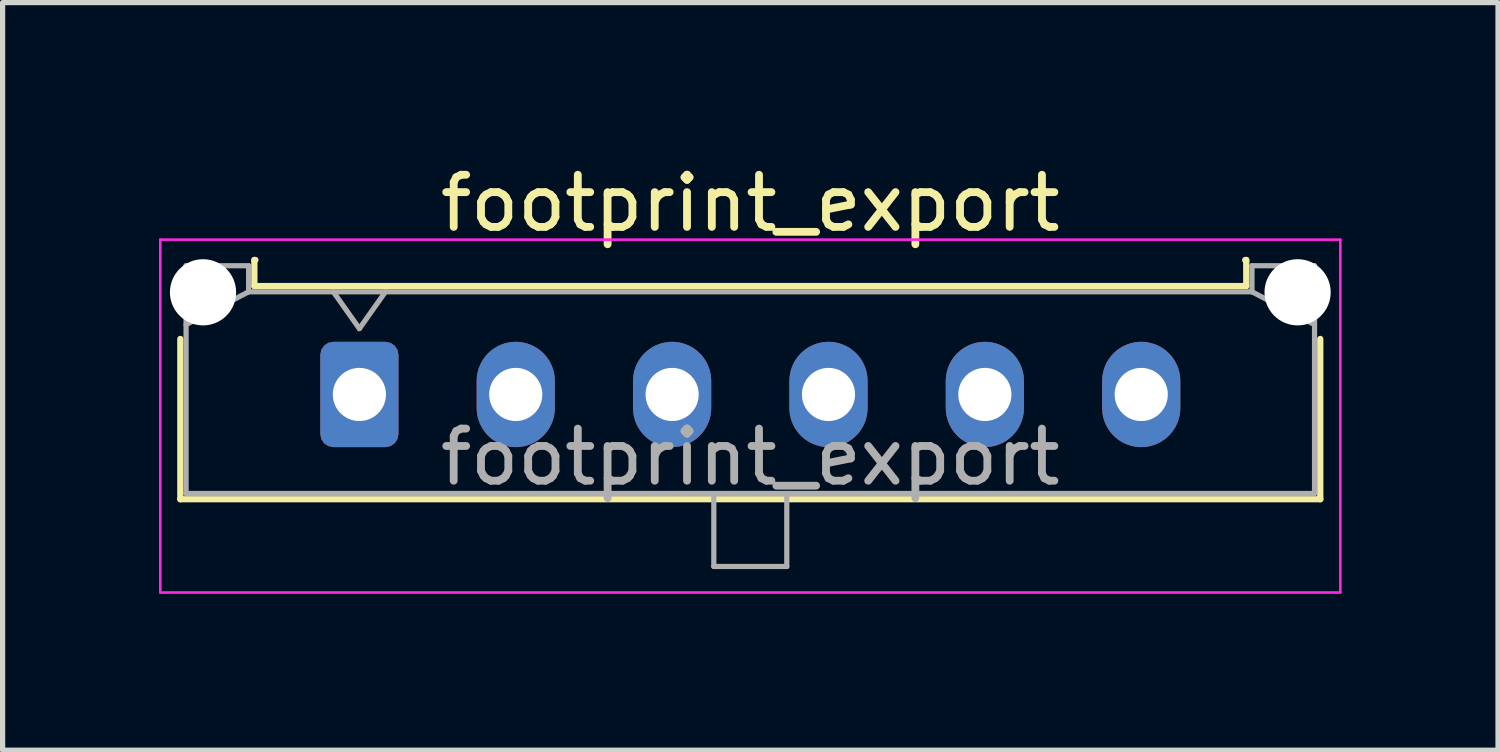
<source format=kicad_pcb>
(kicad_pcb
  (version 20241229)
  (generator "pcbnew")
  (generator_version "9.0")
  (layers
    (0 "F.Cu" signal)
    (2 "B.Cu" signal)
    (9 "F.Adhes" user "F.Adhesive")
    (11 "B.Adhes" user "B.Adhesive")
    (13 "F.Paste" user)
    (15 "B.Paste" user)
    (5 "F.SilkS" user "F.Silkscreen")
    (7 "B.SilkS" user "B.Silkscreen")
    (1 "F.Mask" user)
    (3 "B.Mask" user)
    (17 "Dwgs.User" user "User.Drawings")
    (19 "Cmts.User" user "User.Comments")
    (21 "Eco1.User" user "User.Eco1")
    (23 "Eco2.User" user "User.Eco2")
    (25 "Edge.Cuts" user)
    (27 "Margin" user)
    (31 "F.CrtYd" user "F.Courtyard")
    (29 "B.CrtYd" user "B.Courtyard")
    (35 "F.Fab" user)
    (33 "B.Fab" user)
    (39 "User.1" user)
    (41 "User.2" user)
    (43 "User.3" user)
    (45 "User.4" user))
  (footprint "footprint_export"
    (layer "F.Cu")
    (at 3.845 4.518)
    (property "Reference" "footprint_export" (at 7.5 -3.67 0) (layer "F.SilkS") (effects (font (size 1 1) (thickness 0.15))))
    (attr through_hole)
    (fp_line (start -3.435 -1.065) (end -3.435 2.01) (stroke (width 0.12) (type solid)) (layer "F.SilkS"))
    (fp_line (start -3.435 2.01) (end 18.435 2.01) (stroke (width 0.12) (type solid)) (layer "F.SilkS"))
    (fp_line (start -2.015 -2.58) (end -2.015 -2.08) (stroke (width 0.12) (type solid)) (layer "F.SilkS"))
    (fp_line (start -2.015 -2.08) (end 17.015 -2.08) (stroke (width 0.12) (type solid)) (layer "F.SilkS"))
    (fp_line (start -1.995 -2.58) (end -2.015 -2.58) (stroke (width 0.12) (type solid)) (layer "F.SilkS"))
    (fp_line (start 17.015 -2.58) (end 16.995 -2.58) (stroke (width 0.12) (type solid)) (layer "F.SilkS"))
    (fp_line (start 17.015 -2.08) (end 17.015 -2.58) (stroke (width 0.12) (type solid)) (layer "F.SilkS"))
    (fp_line (start 18.435 2.01) (end 18.435 -1.065) (stroke (width 0.12) (type solid)) (layer "F.SilkS"))
    (fp_line (start -3.82 -2.97) (end 18.82 -2.97) (stroke (width 0.05) (type solid)) (layer "F.CrtYd"))
    (fp_line (start -3.82 3.8) (end -3.82 -2.97) (stroke (width 0.05) (type solid)) (layer "F.CrtYd"))
    (fp_line (start 18.82 -2.97) (end 18.82 3.8) (stroke (width 0.05) (type solid)) (layer "F.CrtYd"))
    (fp_line (start 18.82 3.8) (end -3.82 3.8) (stroke (width 0.05) (type solid)) (layer "F.CrtYd"))
    (fp_line (start -3.325 -2.47) (end -3.325 1.9) (stroke (width 0.1) (type solid)) (layer "F.Fab"))
    (fp_line (start -3.325 -1.34) (end -2.125 -1.97) (stroke (width 0.1) (type solid)) (layer "F.Fab"))
    (fp_line (start -3.325 1.9) (end 18.325 1.9) (stroke (width 0.1) (type solid)) (layer "F.Fab"))
    (fp_line (start -2.125 -2.47) (end -3.325 -2.47) (stroke (width 0.1) (type solid)) (layer "F.Fab"))
    (fp_line (start -2.125 -1.97) (end -2.125 -2.47) (stroke (width 0.1) (type solid)) (layer "F.Fab"))
    (fp_line (start -0.5 -1.97) (end 0 -1.263) (stroke (width 0.1) (type solid)) (layer "F.Fab"))
    (fp_line (start 0 -1.263) (end 0.5 -1.97) (stroke (width 0.1) (type solid)) (layer "F.Fab"))
    (fp_line (start 6.8 1.9) (end 6.8 3.3) (stroke (width 0.1) (type solid)) (layer "F.Fab"))
    (fp_line (start 6.8 3.3) (end 8.2 3.3) (stroke (width 0.1) (type solid)) (layer "F.Fab"))
    (fp_line (start 8.2 3.3) (end 8.2 1.9) (stroke (width 0.1) (type solid)) (layer "F.Fab"))
    (fp_line (start 17.125 -2.47) (end 17.125 -1.97) (stroke (width 0.1) (type solid)) (layer "F.Fab"))
    (fp_line (start 17.125 -1.97) (end -2.125 -1.97) (stroke (width 0.1) (type solid)) (layer "F.Fab"))
    (fp_line (start 18.325 -2.47) (end 17.125 -2.47) (stroke (width 0.1) (type solid)) (layer "F.Fab"))
    (fp_line (start 18.325 -1.34) (end 17.125 -1.97) (stroke (width 0.1) (type solid)) (layer "F.Fab"))
    (fp_line (start 18.325 1.9) (end 18.325 -2.47) (stroke (width 0.1) (type solid)) (layer "F.Fab"))
    (fp_text user "${REFERENCE}" (at 7.5 1.2 0) (layer "F.Fab") (effects (font (size 1 1) (thickness 0.15))))
    (pad "" np_thru_hole circle (at -3 -1.96) (size 1.27 1.27) (drill 1.27) (layers "*.Cu" "*.Mask"))
    (pad "" np_thru_hole circle (at 18 -1.96) (size 1.27 1.27) (drill 1.27) (layers "*.Cu" "*.Mask"))
    (pad "1" thru_hole roundrect (at 0 0) (size 1.5 2.02) (drill 1.02) (layers "*.Cu" "*.Mask") (roundrect_rratio 0.167))
    (pad "2" thru_hole oval (at 3 0) (size 1.5 2.02) (drill 1.02) (layers "*.Cu" "*.Mask"))
    (pad "3" thru_hole oval (at 6 0) (size 1.5 2.02) (drill 1.02) (layers "*.Cu" "*.Mask"))
    (pad "4" thru_hole oval (at 9 0) (size 1.5 2.02) (drill 1.02) (layers "*.Cu" "*.Mask"))
    (pad "5" thru_hole oval (at 12 0) (size 1.5 2.02) (drill 1.02) (layers "*.Cu" "*.Mask"))
    (pad "6" thru_hole oval (at 15 0) (size 1.5 2.02) (drill 1.02) (layers "*.Cu" "*.Mask")))
  (gr_rect
    (start -3 -3)
    (end 25.69 11.343)
    (stroke (width 0.1) (type default))
    (fill no)
    (layer "Edge.Cuts")))
</source>
